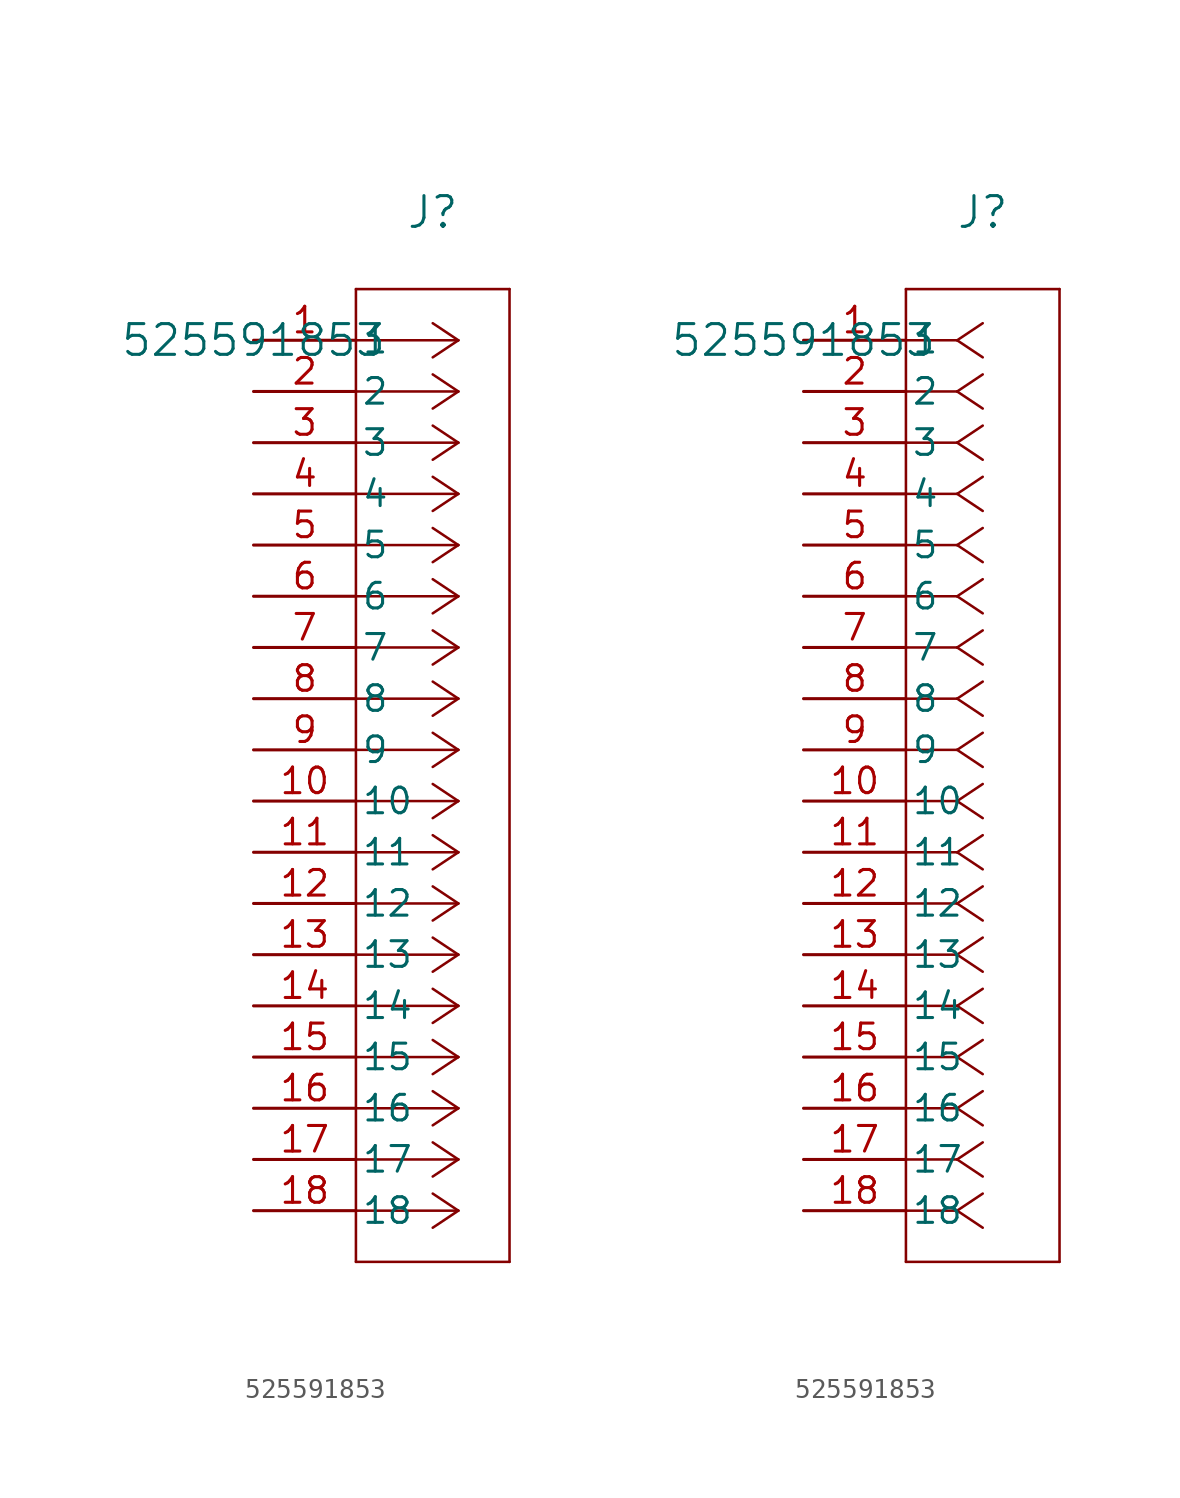
<source format=kicad_sym>
(kicad_symbol_lib
  (version 20231120)
  (generator "kicad_symbol_editor")
  (generator_version "8.0")
  (symbol "525591853"
    (pin_names
      (offset 0.254))
    (property "Reference" "J"
      (at 8.89 6.35 0)
      (effects (font (size 1.524 1.524))))
    (property "Value" "525591853"
      (at 0 0 0)
      (effects (font (size 1.524 1.524))))
    (symbol "525591853_1_1"
      (polyline (pts (xy 5.08 -45.72) (xy 12.7 -45.72)) (stroke (width 0.127) (type default)) (fill (type none)))
      (polyline (pts (xy 5.08 2.54) (xy 5.08 -45.72)) (stroke (width 0.127) (type default)) (fill (type none)))
      (polyline (pts (xy 10.16 -43.18) (xy 5.08 -43.18)) (stroke (width 0.127) (type default)) (fill (type none)))
      (polyline (pts (xy 10.16 -43.18) (xy 8.89 -44.027)) (stroke (width 0.127) (type default)) (fill (type none)))
      (polyline (pts (xy 10.16 -43.18) (xy 8.89 -42.333)) (stroke (width 0.127) (type default)) (fill (type none)))
      (polyline (pts (xy 10.16 -40.64) (xy 5.08 -40.64)) (stroke (width 0.127) (type default)) (fill (type none)))
      (polyline (pts (xy 10.16 -40.64) (xy 8.89 -41.487)) (stroke (width 0.127) (type default)) (fill (type none)))
      (polyline (pts (xy 10.16 -40.64) (xy 8.89 -39.793)) (stroke (width 0.127) (type default)) (fill (type none)))
      (polyline (pts (xy 10.16 -38.1) (xy 5.08 -38.1)) (stroke (width 0.127) (type default)) (fill (type none)))
      (polyline (pts (xy 10.16 -38.1) (xy 8.89 -38.947)) (stroke (width 0.127) (type default)) (fill (type none)))
      (polyline (pts (xy 10.16 -38.1) (xy 8.89 -37.253)) (stroke (width 0.127) (type default)) (fill (type none)))
      (polyline (pts (xy 10.16 -35.56) (xy 5.08 -35.56)) (stroke (width 0.127) (type default)) (fill (type none)))
      (polyline (pts (xy 10.16 -35.56) (xy 8.89 -36.407)) (stroke (width 0.127) (type default)) (fill (type none)))
      (polyline (pts (xy 10.16 -35.56) (xy 8.89 -34.713)) (stroke (width 0.127) (type default)) (fill (type none)))
      (polyline (pts (xy 10.16 -33.02) (xy 5.08 -33.02)) (stroke (width 0.127) (type default)) (fill (type none)))
      (polyline (pts (xy 10.16 -33.02) (xy 8.89 -33.867)) (stroke (width 0.127) (type default)) (fill (type none)))
      (polyline (pts (xy 10.16 -33.02) (xy 8.89 -32.173)) (stroke (width 0.127) (type default)) (fill (type none)))
      (polyline (pts (xy 10.16 -30.48) (xy 5.08 -30.48)) (stroke (width 0.127) (type default)) (fill (type none)))
      (polyline (pts (xy 10.16 -30.48) (xy 8.89 -31.327)) (stroke (width 0.127) (type default)) (fill (type none)))
      (polyline (pts (xy 10.16 -30.48) (xy 8.89 -29.633)) (stroke (width 0.127) (type default)) (fill (type none)))
      (polyline (pts (xy 10.16 -27.94) (xy 5.08 -27.94)) (stroke (width 0.127) (type default)) (fill (type none)))
      (polyline (pts (xy 10.16 -27.94) (xy 8.89 -28.787)) (stroke (width 0.127) (type default)) (fill (type none)))
      (polyline (pts (xy 10.16 -27.94) (xy 8.89 -27.093)) (stroke (width 0.127) (type default)) (fill (type none)))
      (polyline (pts (xy 10.16 -25.4) (xy 5.08 -25.4)) (stroke (width 0.127) (type default)) (fill (type none)))
      (polyline (pts (xy 10.16 -25.4) (xy 8.89 -26.247)) (stroke (width 0.127) (type default)) (fill (type none)))
      (polyline (pts (xy 10.16 -25.4) (xy 8.89 -24.553)) (stroke (width 0.127) (type default)) (fill (type none)))
      (polyline (pts (xy 10.16 -22.86) (xy 5.08 -22.86)) (stroke (width 0.127) (type default)) (fill (type none)))
      (polyline (pts (xy 10.16 -22.86) (xy 8.89 -23.707)) (stroke (width 0.127) (type default)) (fill (type none)))
      (polyline (pts (xy 10.16 -22.86) (xy 8.89 -22.013)) (stroke (width 0.127) (type default)) (fill (type none)))
      (polyline (pts (xy 10.16 -20.32) (xy 5.08 -20.32)) (stroke (width 0.127) (type default)) (fill (type none)))
      (polyline (pts (xy 10.16 -20.32) (xy 8.89 -21.167)) (stroke (width 0.127) (type default)) (fill (type none)))
      (polyline (pts (xy 10.16 -20.32) (xy 8.89 -19.473)) (stroke (width 0.127) (type default)) (fill (type none)))
      (polyline (pts (xy 10.16 -17.78) (xy 5.08 -17.78)) (stroke (width 0.127) (type default)) (fill (type none)))
      (polyline (pts (xy 10.16 -17.78) (xy 8.89 -18.627)) (stroke (width 0.127) (type default)) (fill (type none)))
      (polyline (pts (xy 10.16 -17.78) (xy 8.89 -16.933)) (stroke (width 0.127) (type default)) (fill (type none)))
      (polyline (pts (xy 10.16 -15.24) (xy 5.08 -15.24)) (stroke (width 0.127) (type default)) (fill (type none)))
      (polyline (pts (xy 10.16 -15.24) (xy 8.89 -16.087)) (stroke (width 0.127) (type default)) (fill (type none)))
      (polyline (pts (xy 10.16 -15.24) (xy 8.89 -14.393)) (stroke (width 0.127) (type default)) (fill (type none)))
      (polyline (pts (xy 10.16 -12.7) (xy 5.08 -12.7)) (stroke (width 0.127) (type default)) (fill (type none)))
      (polyline (pts (xy 10.16 -12.7) (xy 8.89 -13.547)) (stroke (width 0.127) (type default)) (fill (type none)))
      (polyline (pts (xy 10.16 -12.7) (xy 8.89 -11.853)) (stroke (width 0.127) (type default)) (fill (type none)))
      (polyline (pts (xy 10.16 -10.16) (xy 5.08 -10.16)) (stroke (width 0.127) (type default)) (fill (type none)))
      (polyline (pts (xy 10.16 -10.16) (xy 8.89 -11.007)) (stroke (width 0.127) (type default)) (fill (type none)))
      (polyline (pts (xy 10.16 -10.16) (xy 8.89 -9.313)) (stroke (width 0.127) (type default)) (fill (type none)))
      (polyline (pts (xy 10.16 -7.62) (xy 5.08 -7.62)) (stroke (width 0.127) (type default)) (fill (type none)))
      (polyline (pts (xy 10.16 -7.62) (xy 8.89 -8.467)) (stroke (width 0.127) (type default)) (fill (type none)))
      (polyline (pts (xy 10.16 -7.62) (xy 8.89 -6.773)) (stroke (width 0.127) (type default)) (fill (type none)))
      (polyline (pts (xy 10.16 -5.08) (xy 5.08 -5.08)) (stroke (width 0.127) (type default)) (fill (type none)))
      (polyline (pts (xy 10.16 -5.08) (xy 8.89 -5.927)) (stroke (width 0.127) (type default)) (fill (type none)))
      (polyline (pts (xy 10.16 -5.08) (xy 8.89 -4.233)) (stroke (width 0.127) (type default)) (fill (type none)))
      (polyline (pts (xy 10.16 -2.54) (xy 5.08 -2.54)) (stroke (width 0.127) (type default)) (fill (type none)))
      (polyline (pts (xy 10.16 -2.54) (xy 8.89 -3.387)) (stroke (width 0.127) (type default)) (fill (type none)))
      (polyline (pts (xy 10.16 -2.54) (xy 8.89 -1.693)) (stroke (width 0.127) (type default)) (fill (type none)))
      (polyline (pts (xy 10.16 0) (xy 5.08 0)) (stroke (width 0.127) (type default)) (fill (type none)))
      (polyline (pts (xy 10.16 0) (xy 8.89 -0.847)) (stroke (width 0.127) (type default)) (fill (type none)))
      (polyline (pts (xy 10.16 0) (xy 8.89 0.847)) (stroke (width 0.127) (type default)) (fill (type none)))
      (polyline (pts (xy 12.7 -45.72) (xy 12.7 2.54)) (stroke (width 0.127) (type default)) (fill (type none)))
      (polyline (pts (xy 12.7 2.54) (xy 5.08 2.54)) (stroke (width 0.127) (type default)) (fill (type none)))
      (pin unspecified line (at 0 0 0) (length 5.08) (name "1" (effects (font (size 1.27 1.27)))) (number "1" (effects (font (size 1.27 1.27)))))
      (pin unspecified line (at 0 -22.86 0) (length 5.08) (name "10" (effects (font (size 1.27 1.27)))) (number "10" (effects (font (size 1.27 1.27)))))
      (pin unspecified line (at 0 -25.4 0) (length 5.08) (name "11" (effects (font (size 1.27 1.27)))) (number "11" (effects (font (size 1.27 1.27)))))
      (pin unspecified line (at 0 -27.94 0) (length 5.08) (name "12" (effects (font (size 1.27 1.27)))) (number "12" (effects (font (size 1.27 1.27)))))
      (pin unspecified line (at 0 -30.48 0) (length 5.08) (name "13" (effects (font (size 1.27 1.27)))) (number "13" (effects (font (size 1.27 1.27)))))
      (pin unspecified line (at 0 -33.02 0) (length 5.08) (name "14" (effects (font (size 1.27 1.27)))) (number "14" (effects (font (size 1.27 1.27)))))
      (pin unspecified line (at 0 -35.56 0) (length 5.08) (name "15" (effects (font (size 1.27 1.27)))) (number "15" (effects (font (size 1.27 1.27)))))
      (pin unspecified line (at 0 -38.1 0) (length 5.08) (name "16" (effects (font (size 1.27 1.27)))) (number "16" (effects (font (size 1.27 1.27)))))
      (pin unspecified line (at 0 -40.64 0) (length 5.08) (name "17" (effects (font (size 1.27 1.27)))) (number "17" (effects (font (size 1.27 1.27)))))
      (pin unspecified line (at 0 -43.18 0) (length 5.08) (name "18" (effects (font (size 1.27 1.27)))) (number "18" (effects (font (size 1.27 1.27)))))
      (pin unspecified line (at 0 -2.54 0) (length 5.08) (name "2" (effects (font (size 1.27 1.27)))) (number "2" (effects (font (size 1.27 1.27)))))
      (pin unspecified line (at 0 -5.08 0) (length 5.08) (name "3" (effects (font (size 1.27 1.27)))) (number "3" (effects (font (size 1.27 1.27)))))
      (pin unspecified line (at 0 -7.62 0) (length 5.08) (name "4" (effects (font (size 1.27 1.27)))) (number "4" (effects (font (size 1.27 1.27)))))
      (pin unspecified line (at 0 -10.16 0) (length 5.08) (name "5" (effects (font (size 1.27 1.27)))) (number "5" (effects (font (size 1.27 1.27)))))
      (pin unspecified line (at 0 -12.7 0) (length 5.08) (name "6" (effects (font (size 1.27 1.27)))) (number "6" (effects (font (size 1.27 1.27)))))
      (pin unspecified line (at 0 -15.24 0) (length 5.08) (name "7" (effects (font (size 1.27 1.27)))) (number "7" (effects (font (size 1.27 1.27)))))
      (pin unspecified line (at 0 -17.78 0) (length 5.08) (name "8" (effects (font (size 1.27 1.27)))) (number "8" (effects (font (size 1.27 1.27)))))
      (pin unspecified line (at 0 -20.32 0) (length 5.08) (name "9" (effects (font (size 1.27 1.27)))) (number "9" (effects (font (size 1.27 1.27))))))
    (symbol "525591853_1_2"
      (polyline (pts (xy 5.08 -45.72) (xy 12.7 -45.72)) (stroke (width 0.127) (type default)) (fill (type none)))
      (polyline (pts (xy 5.08 2.54) (xy 5.08 -45.72)) (stroke (width 0.127) (type default)) (fill (type none)))
      (polyline (pts (xy 7.62 -43.18) (xy 5.08 -43.18)) (stroke (width 0.127) (type default)) (fill (type none)))
      (polyline (pts (xy 7.62 -43.18) (xy 8.89 -44.027)) (stroke (width 0.127) (type default)) (fill (type none)))
      (polyline (pts (xy 7.62 -43.18) (xy 8.89 -42.333)) (stroke (width 0.127) (type default)) (fill (type none)))
      (polyline (pts (xy 7.62 -40.64) (xy 5.08 -40.64)) (stroke (width 0.127) (type default)) (fill (type none)))
      (polyline (pts (xy 7.62 -40.64) (xy 8.89 -41.487)) (stroke (width 0.127) (type default)) (fill (type none)))
      (polyline (pts (xy 7.62 -40.64) (xy 8.89 -39.793)) (stroke (width 0.127) (type default)) (fill (type none)))
      (polyline (pts (xy 7.62 -38.1) (xy 5.08 -38.1)) (stroke (width 0.127) (type default)) (fill (type none)))
      (polyline (pts (xy 7.62 -38.1) (xy 8.89 -38.947)) (stroke (width 0.127) (type default)) (fill (type none)))
      (polyline (pts (xy 7.62 -38.1) (xy 8.89 -37.253)) (stroke (width 0.127) (type default)) (fill (type none)))
      (polyline (pts (xy 7.62 -35.56) (xy 5.08 -35.56)) (stroke (width 0.127) (type default)) (fill (type none)))
      (polyline (pts (xy 7.62 -35.56) (xy 8.89 -36.407)) (stroke (width 0.127) (type default)) (fill (type none)))
      (polyline (pts (xy 7.62 -35.56) (xy 8.89 -34.713)) (stroke (width 0.127) (type default)) (fill (type none)))
      (polyline (pts (xy 7.62 -33.02) (xy 5.08 -33.02)) (stroke (width 0.127) (type default)) (fill (type none)))
      (polyline (pts (xy 7.62 -33.02) (xy 8.89 -33.867)) (stroke (width 0.127) (type default)) (fill (type none)))
      (polyline (pts (xy 7.62 -33.02) (xy 8.89 -32.173)) (stroke (width 0.127) (type default)) (fill (type none)))
      (polyline (pts (xy 7.62 -30.48) (xy 5.08 -30.48)) (stroke (width 0.127) (type default)) (fill (type none)))
      (polyline (pts (xy 7.62 -30.48) (xy 8.89 -31.327)) (stroke (width 0.127) (type default)) (fill (type none)))
      (polyline (pts (xy 7.62 -30.48) (xy 8.89 -29.633)) (stroke (width 0.127) (type default)) (fill (type none)))
      (polyline (pts (xy 7.62 -27.94) (xy 5.08 -27.94)) (stroke (width 0.127) (type default)) (fill (type none)))
      (polyline (pts (xy 7.62 -27.94) (xy 8.89 -28.787)) (stroke (width 0.127) (type default)) (fill (type none)))
      (polyline (pts (xy 7.62 -27.94) (xy 8.89 -27.093)) (stroke (width 0.127) (type default)) (fill (type none)))
      (polyline (pts (xy 7.62 -25.4) (xy 5.08 -25.4)) (stroke (width 0.127) (type default)) (fill (type none)))
      (polyline (pts (xy 7.62 -25.4) (xy 8.89 -26.247)) (stroke (width 0.127) (type default)) (fill (type none)))
      (polyline (pts (xy 7.62 -25.4) (xy 8.89 -24.553)) (stroke (width 0.127) (type default)) (fill (type none)))
      (polyline (pts (xy 7.62 -22.86) (xy 5.08 -22.86)) (stroke (width 0.127) (type default)) (fill (type none)))
      (polyline (pts (xy 7.62 -22.86) (xy 8.89 -23.707)) (stroke (width 0.127) (type default)) (fill (type none)))
      (polyline (pts (xy 7.62 -22.86) (xy 8.89 -22.013)) (stroke (width 0.127) (type default)) (fill (type none)))
      (polyline (pts (xy 7.62 -20.32) (xy 5.08 -20.32)) (stroke (width 0.127) (type default)) (fill (type none)))
      (polyline (pts (xy 7.62 -20.32) (xy 8.89 -21.167)) (stroke (width 0.127) (type default)) (fill (type none)))
      (polyline (pts (xy 7.62 -20.32) (xy 8.89 -19.473)) (stroke (width 0.127) (type default)) (fill (type none)))
      (polyline (pts (xy 7.62 -17.78) (xy 5.08 -17.78)) (stroke (width 0.127) (type default)) (fill (type none)))
      (polyline (pts (xy 7.62 -17.78) (xy 8.89 -18.627)) (stroke (width 0.127) (type default)) (fill (type none)))
      (polyline (pts (xy 7.62 -17.78) (xy 8.89 -16.933)) (stroke (width 0.127) (type default)) (fill (type none)))
      (polyline (pts (xy 7.62 -15.24) (xy 5.08 -15.24)) (stroke (width 0.127) (type default)) (fill (type none)))
      (polyline (pts (xy 7.62 -15.24) (xy 8.89 -16.087)) (stroke (width 0.127) (type default)) (fill (type none)))
      (polyline (pts (xy 7.62 -15.24) (xy 8.89 -14.393)) (stroke (width 0.127) (type default)) (fill (type none)))
      (polyline (pts (xy 7.62 -12.7) (xy 5.08 -12.7)) (stroke (width 0.127) (type default)) (fill (type none)))
      (polyline (pts (xy 7.62 -12.7) (xy 8.89 -13.547)) (stroke (width 0.127) (type default)) (fill (type none)))
      (polyline (pts (xy 7.62 -12.7) (xy 8.89 -11.853)) (stroke (width 0.127) (type default)) (fill (type none)))
      (polyline (pts (xy 7.62 -10.16) (xy 5.08 -10.16)) (stroke (width 0.127) (type default)) (fill (type none)))
      (polyline (pts (xy 7.62 -10.16) (xy 8.89 -11.007)) (stroke (width 0.127) (type default)) (fill (type none)))
      (polyline (pts (xy 7.62 -10.16) (xy 8.89 -9.313)) (stroke (width 0.127) (type default)) (fill (type none)))
      (polyline (pts (xy 7.62 -7.62) (xy 5.08 -7.62)) (stroke (width 0.127) (type default)) (fill (type none)))
      (polyline (pts (xy 7.62 -7.62) (xy 8.89 -8.467)) (stroke (width 0.127) (type default)) (fill (type none)))
      (polyline (pts (xy 7.62 -7.62) (xy 8.89 -6.773)) (stroke (width 0.127) (type default)) (fill (type none)))
      (polyline (pts (xy 7.62 -5.08) (xy 5.08 -5.08)) (stroke (width 0.127) (type default)) (fill (type none)))
      (polyline (pts (xy 7.62 -5.08) (xy 8.89 -5.927)) (stroke (width 0.127) (type default)) (fill (type none)))
      (polyline (pts (xy 7.62 -5.08) (xy 8.89 -4.233)) (stroke (width 0.127) (type default)) (fill (type none)))
      (polyline (pts (xy 7.62 -2.54) (xy 5.08 -2.54)) (stroke (width 0.127) (type default)) (fill (type none)))
      (polyline (pts (xy 7.62 -2.54) (xy 8.89 -3.387)) (stroke (width 0.127) (type default)) (fill (type none)))
      (polyline (pts (xy 7.62 -2.54) (xy 8.89 -1.693)) (stroke (width 0.127) (type default)) (fill (type none)))
      (polyline (pts (xy 7.62 0) (xy 5.08 0)) (stroke (width 0.127) (type default)) (fill (type none)))
      (polyline (pts (xy 7.62 0) (xy 8.89 -0.847)) (stroke (width 0.127) (type default)) (fill (type none)))
      (polyline (pts (xy 7.62 0) (xy 8.89 0.847)) (stroke (width 0.127) (type default)) (fill (type none)))
      (polyline (pts (xy 12.7 -45.72) (xy 12.7 2.54)) (stroke (width 0.127) (type default)) (fill (type none)))
      (polyline (pts (xy 12.7 2.54) (xy 5.08 2.54)) (stroke (width 0.127) (type default)) (fill (type none)))
      (pin unspecified line (at 0 0 0) (length 5.08) (name "1" (effects (font (size 1.27 1.27)))) (number "1" (effects (font (size 1.27 1.27)))))
      (pin unspecified line (at 0 -22.86 0) (length 5.08) (name "10" (effects (font (size 1.27 1.27)))) (number "10" (effects (font (size 1.27 1.27)))))
      (pin unspecified line (at 0 -25.4 0) (length 5.08) (name "11" (effects (font (size 1.27 1.27)))) (number "11" (effects (font (size 1.27 1.27)))))
      (pin unspecified line (at 0 -27.94 0) (length 5.08) (name "12" (effects (font (size 1.27 1.27)))) (number "12" (effects (font (size 1.27 1.27)))))
      (pin unspecified line (at 0 -30.48 0) (length 5.08) (name "13" (effects (font (size 1.27 1.27)))) (number "13" (effects (font (size 1.27 1.27)))))
      (pin unspecified line (at 0 -33.02 0) (length 5.08) (name "14" (effects (font (size 1.27 1.27)))) (number "14" (effects (font (size 1.27 1.27)))))
      (pin unspecified line (at 0 -35.56 0) (length 5.08) (name "15" (effects (font (size 1.27 1.27)))) (number "15" (effects (font (size 1.27 1.27)))))
      (pin unspecified line (at 0 -38.1 0) (length 5.08) (name "16" (effects (font (size 1.27 1.27)))) (number "16" (effects (font (size 1.27 1.27)))))
      (pin unspecified line (at 0 -40.64 0) (length 5.08) (name "17" (effects (font (size 1.27 1.27)))) (number "17" (effects (font (size 1.27 1.27)))))
      (pin unspecified line (at 0 -43.18 0) (length 5.08) (name "18" (effects (font (size 1.27 1.27)))) (number "18" (effects (font (size 1.27 1.27)))))
      (pin unspecified line (at 0 -2.54 0) (length 5.08) (name "2" (effects (font (size 1.27 1.27)))) (number "2" (effects (font (size 1.27 1.27)))))
      (pin unspecified line (at 0 -5.08 0) (length 5.08) (name "3" (effects (font (size 1.27 1.27)))) (number "3" (effects (font (size 1.27 1.27)))))
      (pin unspecified line (at 0 -7.62 0) (length 5.08) (name "4" (effects (font (size 1.27 1.27)))) (number "4" (effects (font (size 1.27 1.27)))))
      (pin unspecified line (at 0 -10.16 0) (length 5.08) (name "5" (effects (font (size 1.27 1.27)))) (number "5" (effects (font (size 1.27 1.27)))))
      (pin unspecified line (at 0 -12.7 0) (length 5.08) (name "6" (effects (font (size 1.27 1.27)))) (number "6" (effects (font (size 1.27 1.27)))))
      (pin unspecified line (at 0 -15.24 0) (length 5.08) (name "7" (effects (font (size 1.27 1.27)))) (number "7" (effects (font (size 1.27 1.27)))))
      (pin unspecified line (at 0 -17.78 0) (length 5.08) (name "8" (effects (font (size 1.27 1.27)))) (number "8" (effects (font (size 1.27 1.27)))))
      (pin unspecified line (at 0 -20.32 0) (length 5.08) (name "9" (effects (font (size 1.27 1.27)))) (number "9" (effects (font (size 1.27 1.27))))))))
</source>
